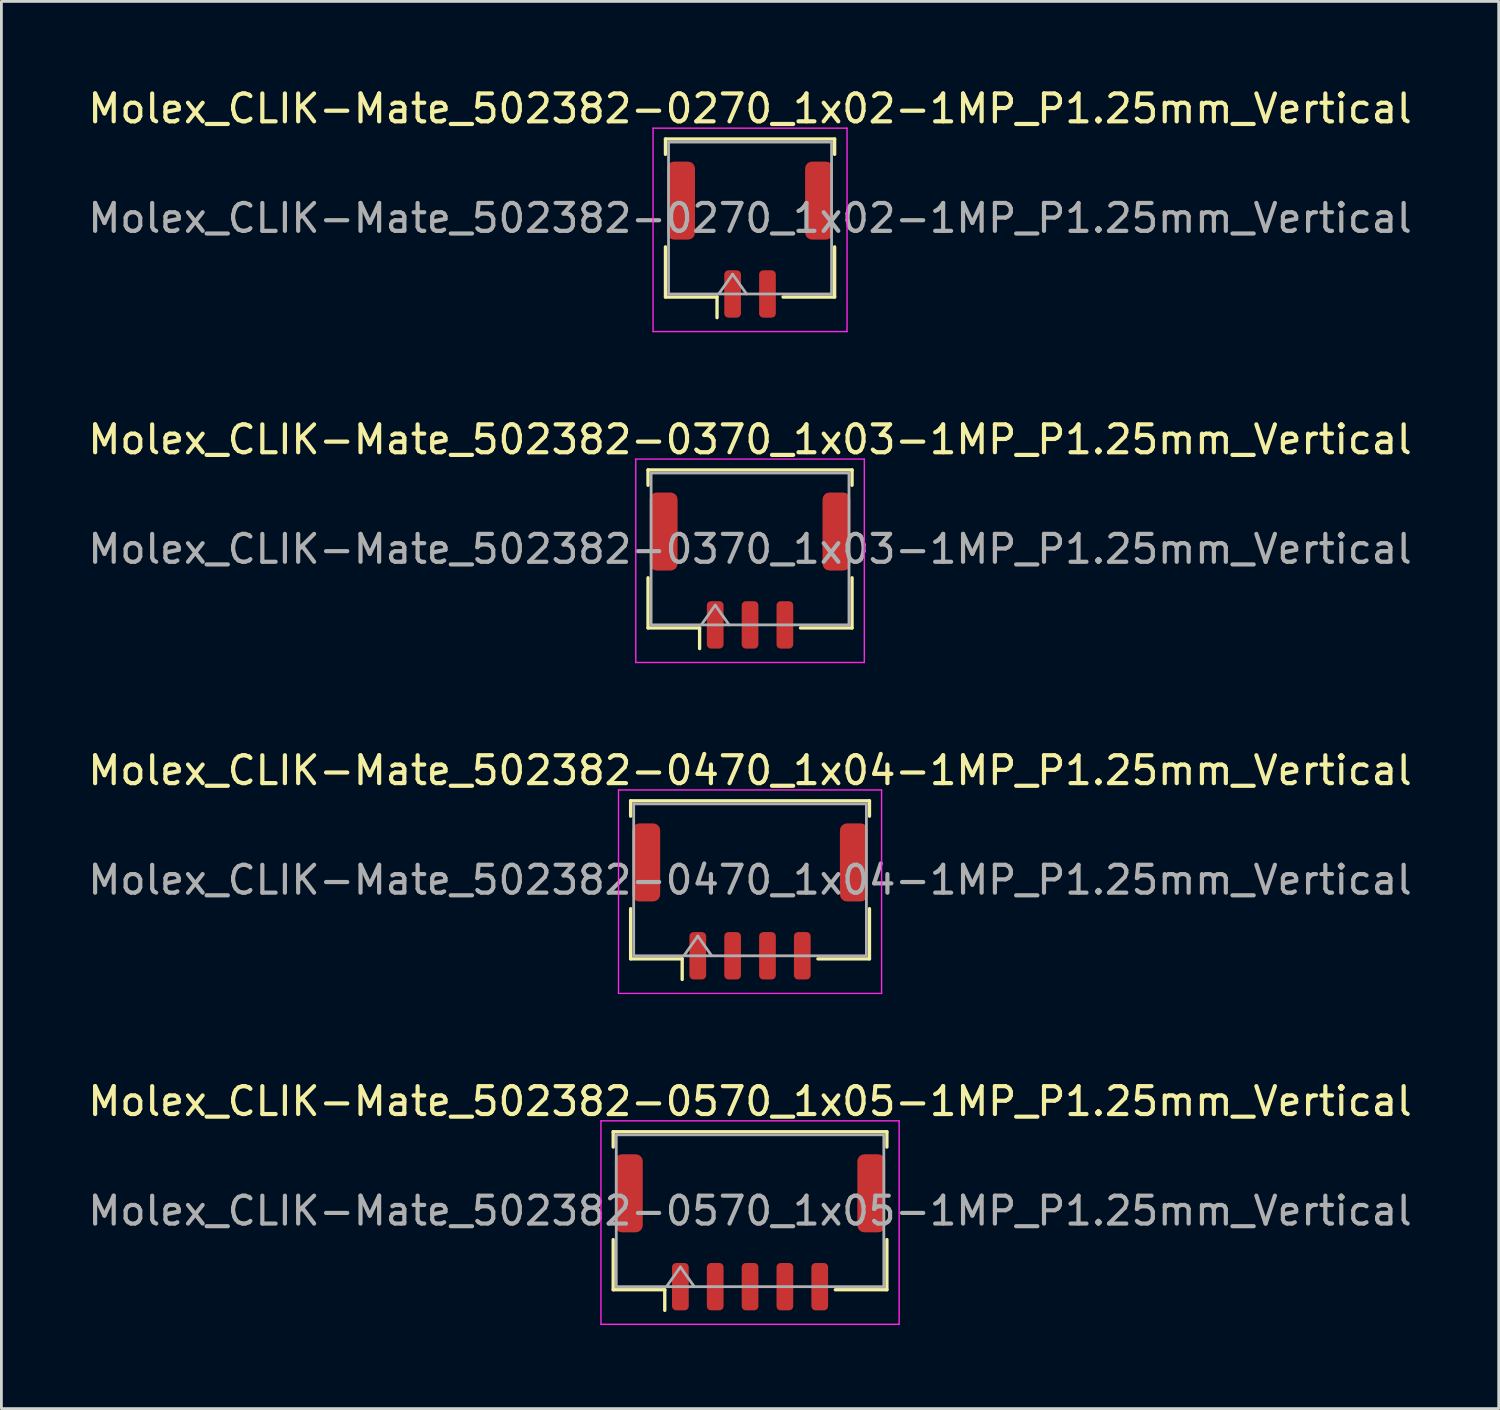
<source format=kicad_pcb>
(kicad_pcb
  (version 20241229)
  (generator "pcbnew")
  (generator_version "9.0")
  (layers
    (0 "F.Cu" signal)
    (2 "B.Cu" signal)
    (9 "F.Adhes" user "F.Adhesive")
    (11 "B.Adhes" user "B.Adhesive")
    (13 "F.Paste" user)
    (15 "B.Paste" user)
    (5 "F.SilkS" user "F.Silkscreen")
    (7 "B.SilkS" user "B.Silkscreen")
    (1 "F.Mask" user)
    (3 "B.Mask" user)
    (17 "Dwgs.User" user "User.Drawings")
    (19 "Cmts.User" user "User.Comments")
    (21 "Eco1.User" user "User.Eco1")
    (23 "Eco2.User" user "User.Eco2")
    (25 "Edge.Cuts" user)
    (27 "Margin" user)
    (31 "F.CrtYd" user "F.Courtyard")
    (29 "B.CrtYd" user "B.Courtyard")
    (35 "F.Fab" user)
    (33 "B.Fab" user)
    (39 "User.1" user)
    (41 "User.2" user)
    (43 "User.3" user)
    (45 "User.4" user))
  (footprint "Molex_CLIK-Mate_502382-0370_1x03-1MP_P1.25mm_Vertical"
    (layer "F.Cu")
    (at 23.863 17.422)
    (property "Reference" "Molex_CLIK-Mate_502382-0370_1x03-1MP_P1.25mm_Vertical" (at 0 -4.7 0) (layer "F.SilkS") (effects (font (size 1 1) (thickness 0.15))))
    (attr smd)
    (fp_line (start -3.66 -3.61) (end 3.66 -3.61) (stroke (width 0.12) (type solid)) (layer "F.SilkS"))
    (fp_line (start -3.66 -3.06) (end -3.66 -3.61) (stroke (width 0.12) (type solid)) (layer "F.SilkS"))
    (fp_line (start -3.66 0.26) (end -3.66 2.06) (stroke (width 0.12) (type solid)) (layer "F.SilkS"))
    (fp_line (start -3.66 2.06) (end -1.81 2.06) (stroke (width 0.12) (type solid)) (layer "F.SilkS"))
    (fp_line (start -1.81 2.06) (end -1.81 2.8) (stroke (width 0.12) (type solid)) (layer "F.SilkS"))
    (fp_line (start 3.66 -3.61) (end 3.66 -3.06) (stroke (width 0.12) (type solid)) (layer "F.SilkS"))
    (fp_line (start 3.66 0.26) (end 3.66 2.06) (stroke (width 0.12) (type solid)) (layer "F.SilkS"))
    (fp_line (start 3.66 2.06) (end 1.81 2.06) (stroke (width 0.12) (type solid)) (layer "F.SilkS"))
    (fp_line (start -4.1 -4) (end -4.1 3.3) (stroke (width 0.05) (type solid)) (layer "F.CrtYd"))
    (fp_line (start -4.1 3.3) (end 4.1 3.3) (stroke (width 0.05) (type solid)) (layer "F.CrtYd"))
    (fp_line (start 4.1 -4) (end -4.1 -4) (stroke (width 0.05) (type solid)) (layer "F.CrtYd"))
    (fp_line (start 4.1 3.3) (end 4.1 -4) (stroke (width 0.05) (type solid)) (layer "F.CrtYd"))
    (fp_line (start -3.55 -3.5) (end 3.55 -3.5) (stroke (width 0.1) (type solid)) (layer "F.Fab"))
    (fp_line (start -3.55 1.95) (end -3.55 -3.5) (stroke (width 0.1) (type solid)) (layer "F.Fab"))
    (fp_line (start -3.55 1.95) (end 3.55 1.95) (stroke (width 0.1) (type solid)) (layer "F.Fab"))
    (fp_line (start -1.75 1.95) (end -1.25 1.243) (stroke (width 0.1) (type solid)) (layer "F.Fab"))
    (fp_line (start -1.25 1.243) (end -0.75 1.95) (stroke (width 0.1) (type solid)) (layer "F.Fab"))
    (fp_line (start 3.55 1.95) (end 3.55 -3.5) (stroke (width 0.1) (type solid)) (layer "F.Fab"))
    (fp_text user "${REFERENCE}" (at 0 -0.77 0) (layer "F.Fab") (effects (font (size 1 1) (thickness 0.15))))
    (pad "1" smd roundrect (at -1.25 1.95) (size 0.6 1.7) (layers "F.Cu" "F.Mask" "F.Paste") (roundrect_rratio 0.25))
    (pad "2" smd roundrect (at 0 1.95) (size 0.6 1.7) (layers "F.Cu" "F.Mask" "F.Paste") (roundrect_rratio 0.25))
    (pad "3" smd roundrect (at 1.25 1.95) (size 0.6 1.7) (layers "F.Cu" "F.Mask" "F.Paste") (roundrect_rratio 0.25))
    (pad "MP" smd roundrect (at -3.1 -1.4) (size 1 2.8) (layers "F.Cu" "F.Mask" "F.Paste") (roundrect_rratio 0.25))
    (pad "MP" smd roundrect (at 3.1 -1.4) (size 1 2.8) (layers "F.Cu" "F.Mask" "F.Paste") (roundrect_rratio 0.25)))
  (footprint "Molex_CLIK-Mate_502382-0470_1x04-1MP_P1.25mm_Vertical"
    (layer "F.Cu")
    (at 23.863 29.295)
    (property "Reference" "Molex_CLIK-Mate_502382-0470_1x04-1MP_P1.25mm_Vertical" (at 0 -4.7 0) (layer "F.SilkS") (effects (font (size 1 1) (thickness 0.15))))
    (attr smd)
    (fp_line (start -4.285 -3.61) (end 4.285 -3.61) (stroke (width 0.12) (type solid)) (layer "F.SilkS"))
    (fp_line (start -4.285 -3.06) (end -4.285 -3.61) (stroke (width 0.12) (type solid)) (layer "F.SilkS"))
    (fp_line (start -4.285 0.26) (end -4.285 2.06) (stroke (width 0.12) (type solid)) (layer "F.SilkS"))
    (fp_line (start -4.285 2.06) (end -2.435 2.06) (stroke (width 0.12) (type solid)) (layer "F.SilkS"))
    (fp_line (start -2.435 2.06) (end -2.435 2.8) (stroke (width 0.12) (type solid)) (layer "F.SilkS"))
    (fp_line (start 4.285 -3.61) (end 4.285 -3.06) (stroke (width 0.12) (type solid)) (layer "F.SilkS"))
    (fp_line (start 4.285 0.26) (end 4.285 2.06) (stroke (width 0.12) (type solid)) (layer "F.SilkS"))
    (fp_line (start 4.285 2.06) (end 2.435 2.06) (stroke (width 0.12) (type solid)) (layer "F.SilkS"))
    (fp_line (start -4.72 -4) (end -4.72 3.3) (stroke (width 0.05) (type solid)) (layer "F.CrtYd"))
    (fp_line (start -4.72 3.3) (end 4.72 3.3) (stroke (width 0.05) (type solid)) (layer "F.CrtYd"))
    (fp_line (start 4.72 -4) (end -4.72 -4) (stroke (width 0.05) (type solid)) (layer "F.CrtYd"))
    (fp_line (start 4.72 3.3) (end 4.72 -4) (stroke (width 0.05) (type solid)) (layer "F.CrtYd"))
    (fp_line (start -4.175 -3.5) (end 4.175 -3.5) (stroke (width 0.1) (type solid)) (layer "F.Fab"))
    (fp_line (start -4.175 1.95) (end -4.175 -3.5) (stroke (width 0.1) (type solid)) (layer "F.Fab"))
    (fp_line (start -4.175 1.95) (end 4.175 1.95) (stroke (width 0.1) (type solid)) (layer "F.Fab"))
    (fp_line (start -2.375 1.95) (end -1.875 1.243) (stroke (width 0.1) (type solid)) (layer "F.Fab"))
    (fp_line (start -1.875 1.243) (end -1.375 1.95) (stroke (width 0.1) (type solid)) (layer "F.Fab"))
    (fp_line (start 4.175 1.95) (end 4.175 -3.5) (stroke (width 0.1) (type solid)) (layer "F.Fab"))
    (fp_text user "${REFERENCE}" (at 0 -0.77 0) (layer "F.Fab") (effects (font (size 1 1) (thickness 0.15))))
    (pad "1" smd roundrect (at -1.875 1.95) (size 0.6 1.7) (layers "F.Cu" "F.Mask" "F.Paste") (roundrect_rratio 0.25))
    (pad "2" smd roundrect (at -0.625 1.95) (size 0.6 1.7) (layers "F.Cu" "F.Mask" "F.Paste") (roundrect_rratio 0.25))
    (pad "3" smd roundrect (at 0.625 1.95) (size 0.6 1.7) (layers "F.Cu" "F.Mask" "F.Paste") (roundrect_rratio 0.25))
    (pad "4" smd roundrect (at 1.875 1.95) (size 0.6 1.7) (layers "F.Cu" "F.Mask" "F.Paste") (roundrect_rratio 0.25))
    (pad "MP" smd roundrect (at -3.725 -1.4) (size 1 2.8) (layers "F.Cu" "F.Mask" "F.Paste") (roundrect_rratio 0.25))
    (pad "MP" smd roundrect (at 3.725 -1.4) (size 1 2.8) (layers "F.Cu" "F.Mask" "F.Paste") (roundrect_rratio 0.25)))
  (footprint "Molex_CLIK-Mate_502382-0270_1x02-1MP_P1.25mm_Vertical"
    (layer "F.Cu")
    (at 23.863 5.548)
    (property "Reference" "Molex_CLIK-Mate_502382-0270_1x02-1MP_P1.25mm_Vertical" (at 0 -4.7 0) (layer "F.SilkS") (effects (font (size 1 1) (thickness 0.15))))
    (attr smd)
    (fp_line (start -3.035 -3.61) (end 3.035 -3.61) (stroke (width 0.12) (type solid)) (layer "F.SilkS"))
    (fp_line (start -3.035 -3.06) (end -3.035 -3.61) (stroke (width 0.12) (type solid)) (layer "F.SilkS"))
    (fp_line (start -3.035 0.26) (end -3.035 2.06) (stroke (width 0.12) (type solid)) (layer "F.SilkS"))
    (fp_line (start -3.035 2.06) (end -1.185 2.06) (stroke (width 0.12) (type solid)) (layer "F.SilkS"))
    (fp_line (start -1.185 2.06) (end -1.185 2.8) (stroke (width 0.12) (type solid)) (layer "F.SilkS"))
    (fp_line (start 3.035 -3.61) (end 3.035 -3.06) (stroke (width 0.12) (type solid)) (layer "F.SilkS"))
    (fp_line (start 3.035 0.26) (end 3.035 2.06) (stroke (width 0.12) (type solid)) (layer "F.SilkS"))
    (fp_line (start 3.035 2.06) (end 1.185 2.06) (stroke (width 0.12) (type solid)) (layer "F.SilkS"))
    (fp_line (start -3.48 -4) (end -3.48 3.3) (stroke (width 0.05) (type solid)) (layer "F.CrtYd"))
    (fp_line (start -3.48 3.3) (end 3.48 3.3) (stroke (width 0.05) (type solid)) (layer "F.CrtYd"))
    (fp_line (start 3.48 -4) (end -3.48 -4) (stroke (width 0.05) (type solid)) (layer "F.CrtYd"))
    (fp_line (start 3.48 3.3) (end 3.48 -4) (stroke (width 0.05) (type solid)) (layer "F.CrtYd"))
    (fp_line (start -2.925 -3.5) (end 2.925 -3.5) (stroke (width 0.1) (type solid)) (layer "F.Fab"))
    (fp_line (start -2.925 1.95) (end -2.925 -3.5) (stroke (width 0.1) (type solid)) (layer "F.Fab"))
    (fp_line (start -2.925 1.95) (end 2.925 1.95) (stroke (width 0.1) (type solid)) (layer "F.Fab"))
    (fp_line (start -1.125 1.95) (end -0.625 1.243) (stroke (width 0.1) (type solid)) (layer "F.Fab"))
    (fp_line (start -0.625 1.243) (end -0.125 1.95) (stroke (width 0.1) (type solid)) (layer "F.Fab"))
    (fp_line (start 2.925 1.95) (end 2.925 -3.5) (stroke (width 0.1) (type solid)) (layer "F.Fab"))
    (fp_text user "${REFERENCE}" (at 0 -0.77 0) (layer "F.Fab") (effects (font (size 1 1) (thickness 0.15))))
    (pad "1" smd roundrect (at -0.625 1.95) (size 0.6 1.7) (layers "F.Cu" "F.Mask" "F.Paste") (roundrect_rratio 0.25))
    (pad "2" smd roundrect (at 0.625 1.95) (size 0.6 1.7) (layers "F.Cu" "F.Mask" "F.Paste") (roundrect_rratio 0.25))
    (pad "MP" smd roundrect (at -2.475 -1.4) (size 1 2.8) (layers "F.Cu" "F.Mask" "F.Paste") (roundrect_rratio 0.25))
    (pad "MP" smd roundrect (at 2.475 -1.4) (size 1 2.8) (layers "F.Cu" "F.Mask" "F.Paste") (roundrect_rratio 0.25)))
  (footprint "Molex_CLIK-Mate_502382-0570_1x05-1MP_P1.25mm_Vertical"
    (layer "F.Cu")
    (at 23.863 41.168)
    (property "Reference" "Molex_CLIK-Mate_502382-0570_1x05-1MP_P1.25mm_Vertical" (at 0 -4.7 0) (layer "F.SilkS") (effects (font (size 1 1) (thickness 0.15))))
    (attr smd)
    (fp_line (start -4.91 -3.61) (end 4.91 -3.61) (stroke (width 0.12) (type solid)) (layer "F.SilkS"))
    (fp_line (start -4.91 -3.06) (end -4.91 -3.61) (stroke (width 0.12) (type solid)) (layer "F.SilkS"))
    (fp_line (start -4.91 0.26) (end -4.91 2.06) (stroke (width 0.12) (type solid)) (layer "F.SilkS"))
    (fp_line (start -4.91 2.06) (end -3.06 2.06) (stroke (width 0.12) (type solid)) (layer "F.SilkS"))
    (fp_line (start -3.06 2.06) (end -3.06 2.8) (stroke (width 0.12) (type solid)) (layer "F.SilkS"))
    (fp_line (start 4.91 -3.61) (end 4.91 -3.06) (stroke (width 0.12) (type solid)) (layer "F.SilkS"))
    (fp_line (start 4.91 0.26) (end 4.91 2.06) (stroke (width 0.12) (type solid)) (layer "F.SilkS"))
    (fp_line (start 4.91 2.06) (end 3.06 2.06) (stroke (width 0.12) (type solid)) (layer "F.SilkS"))
    (fp_line (start -5.35 -4) (end -5.35 3.3) (stroke (width 0.05) (type solid)) (layer "F.CrtYd"))
    (fp_line (start -5.35 3.3) (end 5.35 3.3) (stroke (width 0.05) (type solid)) (layer "F.CrtYd"))
    (fp_line (start 5.35 -4) (end -5.35 -4) (stroke (width 0.05) (type solid)) (layer "F.CrtYd"))
    (fp_line (start 5.35 3.3) (end 5.35 -4) (stroke (width 0.05) (type solid)) (layer "F.CrtYd"))
    (fp_line (start -4.8 -3.5) (end 4.8 -3.5) (stroke (width 0.1) (type solid)) (layer "F.Fab"))
    (fp_line (start -4.8 1.95) (end -4.8 -3.5) (stroke (width 0.1) (type solid)) (layer "F.Fab"))
    (fp_line (start -4.8 1.95) (end 4.8 1.95) (stroke (width 0.1) (type solid)) (layer "F.Fab"))
    (fp_line (start -3 1.95) (end -2.5 1.243) (stroke (width 0.1) (type solid)) (layer "F.Fab"))
    (fp_line (start -2.5 1.243) (end -2 1.95) (stroke (width 0.1) (type solid)) (layer "F.Fab"))
    (fp_line (start 4.8 1.95) (end 4.8 -3.5) (stroke (width 0.1) (type solid)) (layer "F.Fab"))
    (fp_text user "${REFERENCE}" (at 0 -0.77 0) (layer "F.Fab") (effects (font (size 1 1) (thickness 0.15))))
    (pad "1" smd roundrect (at -2.5 1.95) (size 0.6 1.7) (layers "F.Cu" "F.Mask" "F.Paste") (roundrect_rratio 0.25))
    (pad "2" smd roundrect (at -1.25 1.95) (size 0.6 1.7) (layers "F.Cu" "F.Mask" "F.Paste") (roundrect_rratio 0.25))
    (pad "3" smd roundrect (at 0 1.95) (size 0.6 1.7) (layers "F.Cu" "F.Mask" "F.Paste") (roundrect_rratio 0.25))
    (pad "4" smd roundrect (at 1.25 1.95) (size 0.6 1.7) (layers "F.Cu" "F.Mask" "F.Paste") (roundrect_rratio 0.25))
    (pad "5" smd roundrect (at 2.5 1.95) (size 0.6 1.7) (layers "F.Cu" "F.Mask" "F.Paste") (roundrect_rratio 0.25))
    (pad "MP" smd roundrect (at -4.35 -1.4) (size 1 2.8) (layers "F.Cu" "F.Mask" "F.Paste") (roundrect_rratio 0.25))
    (pad "MP" smd roundrect (at 4.35 -1.4) (size 1 2.8) (layers "F.Cu" "F.Mask" "F.Paste") (roundrect_rratio 0.25)))
  (gr_rect
    (start -3 -3)
    (end 50.726 47.493)
    (stroke (width 0.1) (type default))
    (fill no)
    (layer "Edge.Cuts")))
</source>
